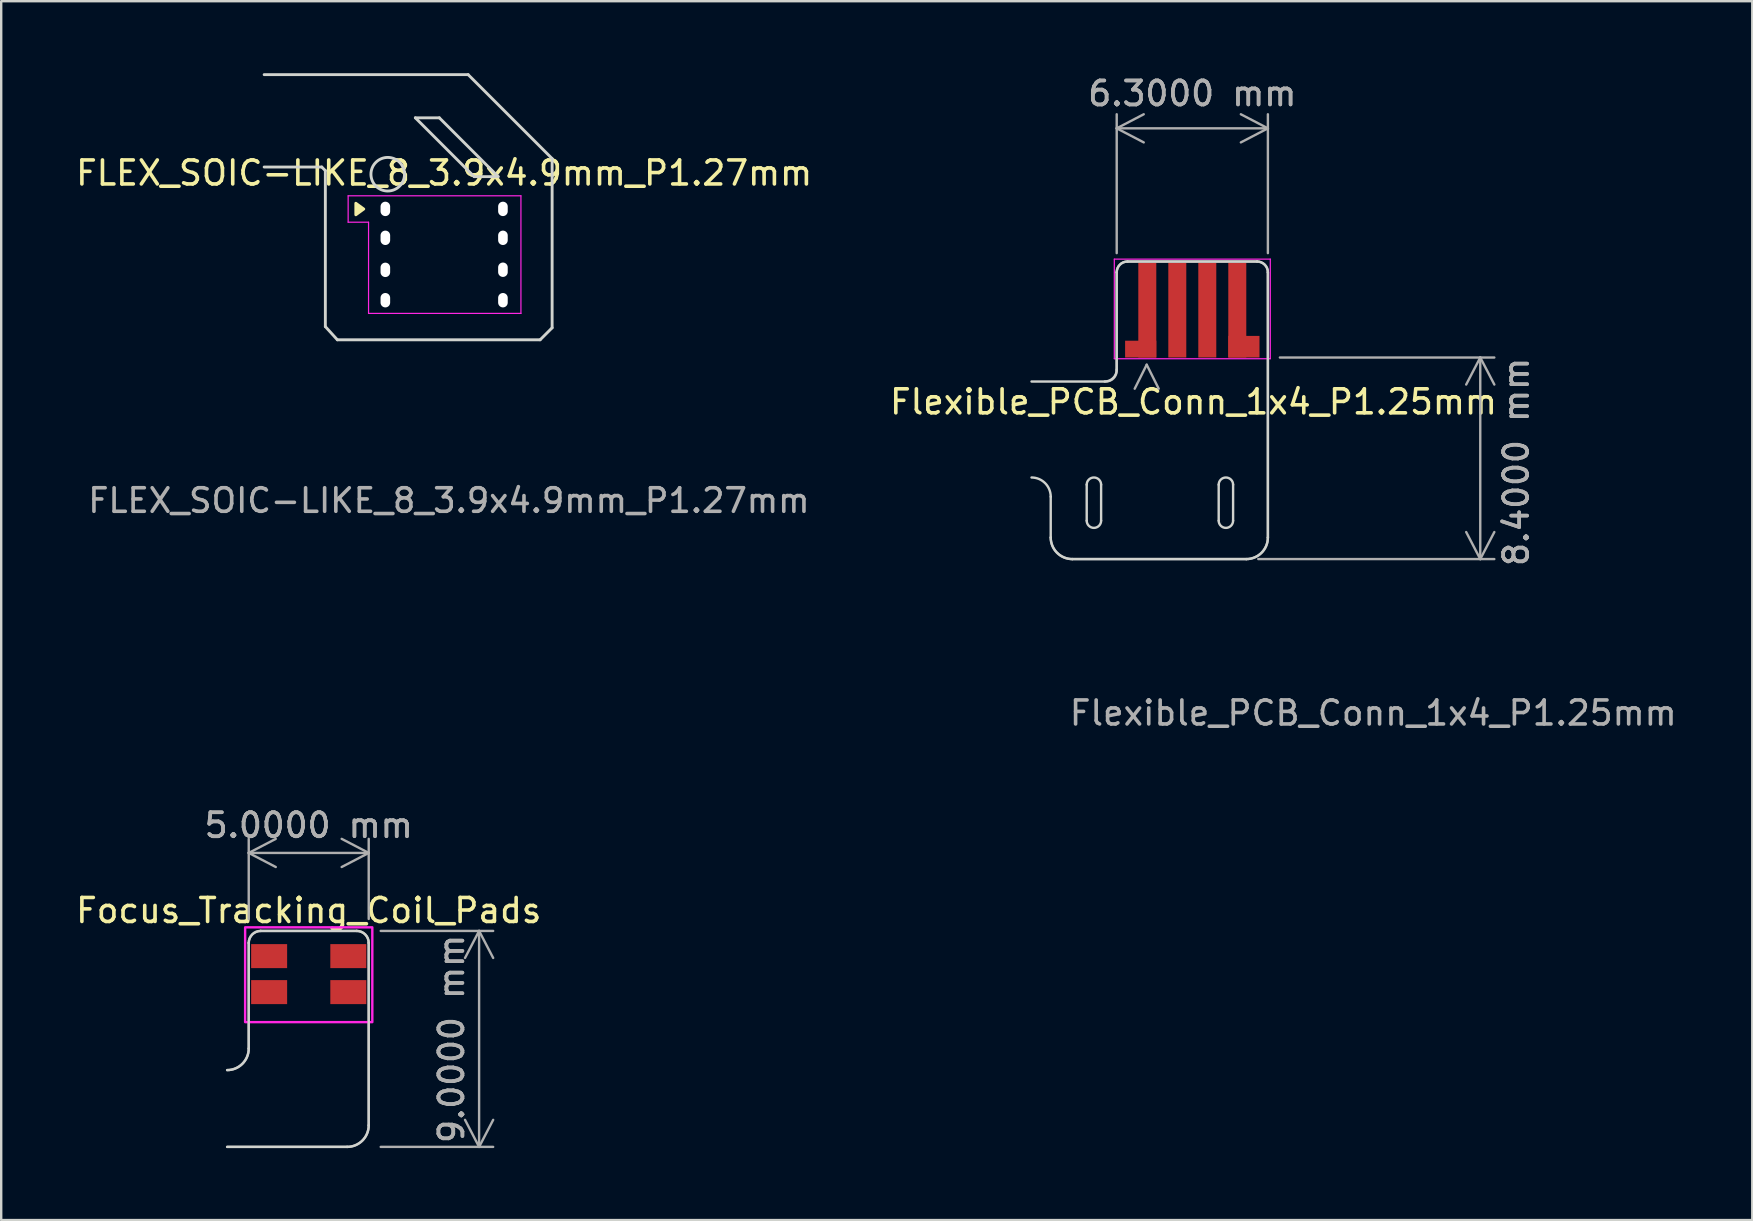
<source format=kicad_pcb>
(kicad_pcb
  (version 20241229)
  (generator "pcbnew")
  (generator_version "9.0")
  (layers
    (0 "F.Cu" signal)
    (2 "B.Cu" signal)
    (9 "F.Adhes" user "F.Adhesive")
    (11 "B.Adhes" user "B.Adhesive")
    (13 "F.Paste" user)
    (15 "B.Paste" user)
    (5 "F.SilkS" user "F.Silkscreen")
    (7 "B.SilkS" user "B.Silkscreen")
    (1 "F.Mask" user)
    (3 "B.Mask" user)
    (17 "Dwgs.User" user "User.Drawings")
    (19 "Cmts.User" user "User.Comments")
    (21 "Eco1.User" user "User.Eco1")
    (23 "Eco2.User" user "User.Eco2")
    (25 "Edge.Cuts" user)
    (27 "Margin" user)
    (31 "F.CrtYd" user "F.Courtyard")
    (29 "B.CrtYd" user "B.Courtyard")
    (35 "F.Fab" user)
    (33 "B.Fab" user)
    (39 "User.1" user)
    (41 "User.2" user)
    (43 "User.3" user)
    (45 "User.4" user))
  (footprint "FLEX_SOIC-LIKE_8_3.9x4.9mm_P1.27mm"
    (layer "F.Cu")
    (at 15.458 7.56)
    (property "Reference" "FLEX_SOIC-LIKE_8_3.9x4.9mm_P1.27mm" (at 0 -3.4 0) (layer "F.SilkS") (effects (font (size 1 1) (thickness 0.15))))
    (attr smd)
    (fp_poly (pts (xy -3.35 -1.9) (xy -3.68 -1.66) (xy -3.68 -2.14) (xy -3.35 -1.9)) (stroke (width 0.12) (type solid)) (fill yes) (layer "F.SilkS"))
    (fp_line (start -5.1 -3.65) (end -7.5 -3.65) (stroke (width 0.12) (type default)) (layer "Edge.Cuts"))
    (fp_line (start -4.95 -3.5) (end -5.1 -3.65) (stroke (width 0.12) (type default)) (layer "Edge.Cuts"))
    (fp_line (start -4.95 -3.5) (end -4.95 3) (stroke (width 0.12) (type default)) (layer "Edge.Cuts"))
    (fp_line (start -4.95 3) (end -4.45 3.55) (stroke (width 0.12) (type default)) (layer "Edge.Cuts"))
    (fp_line (start -4.45 3.55) (end 4 3.55) (stroke (width 0.12) (type default)) (layer "Edge.Cuts"))
    (fp_line (start -1.2 -5.7) (end -0.2 -5.7) (stroke (width 0.12) (type default)) (layer "Edge.Cuts"))
    (fp_line (start -0.2 -5.7) (end 2.25 -3.25) (stroke (width 0.12) (type default)) (layer "Edge.Cuts"))
    (fp_line (start 1 -7.5) (end -7.5 -7.5) (stroke (width 0.12) (type default)) (layer "Edge.Cuts"))
    (fp_line (start 1.25 -3.25) (end -1.2 -5.7) (stroke (width 0.12) (type default)) (layer "Edge.Cuts"))
    (fp_line (start 2.25 -3.25) (end 1.25 -3.25) (stroke (width 0.12) (type default)) (layer "Edge.Cuts"))
    (fp_line (start 4 3.55) (end 4.5 3.05) (stroke (width 0.12) (type default)) (layer "Edge.Cuts"))
    (fp_line (start 4.5 -4) (end 1 -7.5) (stroke (width 0.12) (type default)) (layer "Edge.Cuts"))
    (fp_line (start 4.5 3.05) (end 4.5 -4) (stroke (width 0.12) (type default)) (layer "Edge.Cuts"))
    (fp_circle (center -2.35 -3.35) (end -1.65 -3.35) (stroke (width 0.12) (type default)) (fill no) (layer "Edge.Cuts"))
    (fp_line (start -4 -1.35) (end -4 -2.45) (stroke (width 0.05) (type default)) (layer "F.CrtYd"))
    (fp_line (start -3.15 -1.35) (end -4 -1.35) (stroke (width 0.05) (type default)) (layer "F.CrtYd"))
    (fp_line (start -3.15 -1.35) (end -3.15 2.45) (stroke (width 0.05) (type solid)) (layer "F.CrtYd"))
    (fp_line (start -3.15 2.45) (end 3.2 2.45) (stroke (width 0.05) (type solid)) (layer "F.CrtYd"))
    (fp_line (start 3.2 -2.45) (end -4 -2.45) (stroke (width 0.05) (type solid)) (layer "F.CrtYd"))
    (fp_line (start 3.2 2.45) (end 3.2 -2.45) (stroke (width 0.05) (type solid)) (layer "F.CrtYd"))
    (fp_text user "${REFERENCE}" (at 0.2 10.25 0) (layer "F.Fab") (effects (font (size 0.98 0.98) (thickness 0.15))))
    (pad "1" thru_hole roundrect (at -2.45 -1.905) (size 2.2 1) (drill oval 0.4 0.6 (offset 0.45 0)) (layers "*.Cu" "*.Mask") (remove_unused_layers yes) (zone_layer_connections) (roundrect_rratio 0.25))
    (pad "2" thru_hole roundrect (at 2.45 -1.905 180) (size 2.2 1) (drill oval 0.4 0.6 (offset 0.4 0)) (layers "*.Cu" "*.Mask") (remove_unused_layers yes) (zone_layer_connections) (roundrect_rratio 0.25))
    (pad "3" thru_hole roundrect (at -2.45 -0.7) (size 2.2 1) (drill oval 0.4 0.6 (offset 0.45 0)) (layers "*.Cu" "*.Mask") (remove_unused_layers yes) (zone_layer_connections) (roundrect_rratio 0.25))
    (pad "4" thru_hole roundrect (at 2.45 -0.7 180) (size 2.2 1) (drill oval 0.4 0.6 (offset 0.4 0)) (layers "*.Cu" "*.Mask") (remove_unused_layers yes) (zone_layer_connections) (roundrect_rratio 0.25))
    (pad "5" thru_hole roundrect (at -2.45 0.635) (size 2.2 1) (drill oval 0.4 0.6 (offset 0.45 0)) (layers "*.Cu" "*.Mask") (remove_unused_layers yes) (zone_layer_connections) (roundrect_rratio 0.25))
    (pad "6" thru_hole roundrect (at 2.45 0.63 180) (size 2.2 1) (drill oval 0.4 0.6 (offset 0.4 0)) (layers "*.Cu" "*.Mask") (remove_unused_layers yes) (zone_layer_connections) (roundrect_rratio 0.25))
    (pad "7" thru_hole roundrect (at -2.45 1.9) (size 2.2 1) (drill oval 0.4 0.6 (offset 0.45 0)) (layers "*.Cu" "*.Mask") (remove_unused_layers yes) (zone_layer_connections) (roundrect_rratio 0.25))
    (pad "8" thru_hole roundrect (at 2.45 1.9 180) (size 2.2 1) (drill oval 0.4 0.6 (offset 0.4 0)) (layers "*.Cu" "*.Mask") (remove_unused_layers yes) (zone_layer_connections) (roundrect_rratio 0.25)))
  (footprint "Flexible_PCB_Conn_1x4_P1.25mm"
    (layer "F.Cu")
    (at 46.635 11.848)
    (property "Reference" "Flexible_PCB_Conn_1x4_P1.25mm" (at 0.05 1.85 180) (layer "F.SilkS") (effects (font (size 1 1) (thickness 0.15))))
    (attr smd)
    (fp_rect (start -3.2 -4.05) (end 3.15 0) (stroke (width 0.12) (type solid)) (fill yes) (layer "F.Mask"))
    (fp_line (start -6.7 1) (end -3.65 1) (stroke (width 0.1) (type default)) (layer "Edge.Cuts"))
    (fp_line (start -5.9 7.5) (end -5.9 5.8) (stroke (width 0.1) (type default)) (layer "Edge.Cuts"))
    (fp_line (start -4.4 5.3) (end -4.4 6.8) (stroke (width 0.1) (type default)) (layer "Edge.Cuts"))
    (fp_line (start -3.8 6.8) (end -3.8 5.3) (stroke (width 0.1) (type default)) (layer "Edge.Cuts"))
    (fp_line (start -3.15 0.5) (end -3.15 -3.55) (stroke (width 0.1) (type default)) (layer "Edge.Cuts"))
    (fp_line (start -2.7 -4) (end 2.7 -4) (stroke (width 0.1) (type default)) (layer "Edge.Cuts"))
    (fp_line (start 1.1 5.3) (end 1.1 6.8) (stroke (width 0.1) (type default)) (layer "Edge.Cuts"))
    (fp_line (start 1.7 6.8) (end 1.7 5.3) (stroke (width 0.1) (type default)) (layer "Edge.Cuts"))
    (fp_line (start 2.25 8.4) (end -5 8.4) (stroke (width 0.1) (type default)) (layer "Edge.Cuts"))
    (fp_line (start 3.15 -3.55) (end 3.15 7.5) (stroke (width 0.1) (type default)) (layer "Edge.Cuts"))
    (fp_arc (start -6.7 5) (mid -6.134315 5.234315) (end -5.9 5.8) (stroke (width 0.1) (type default)) (layer "Edge.Cuts"))
    (fp_arc (start -5 8.4) (mid -5.636396 8.136396) (end -5.9 7.5) (stroke (width 0.1) (type default)) (layer "Edge.Cuts"))
    (fp_arc (start -4.4 5.3) (mid -4.1 5) (end -3.8 5.3) (stroke (width 0.1) (type default)) (layer "Edge.Cuts"))
    (fp_arc (start -3.8 6.8) (mid -4.1 7.1) (end -4.4 6.8) (stroke (width 0.1) (type default)) (layer "Edge.Cuts"))
    (fp_arc (start -3.15 -3.55) (mid -3.018198 -3.868198) (end -2.7 -4) (stroke (width 0.1) (type default)) (layer "Edge.Cuts"))
    (fp_arc (start -3.149999 0.500001) (mid -3.296446 0.853554) (end -3.649999 1.000001) (stroke (width 0.1) (type default)) (layer "Edge.Cuts"))
    (fp_arc (start 1.1 5.3) (mid 1.4 5) (end 1.7 5.3) (stroke (width 0.1) (type default)) (layer "Edge.Cuts"))
    (fp_arc (start 1.7 6.8) (mid 1.4 7.1) (end 1.1 6.8) (stroke (width 0.1) (type default)) (layer "Edge.Cuts"))
    (fp_arc (start 2.7 -4) (mid 3.018198 -3.868198) (end 3.15 -3.55) (stroke (width 0.1) (type default)) (layer "Edge.Cuts"))
    (fp_arc (start 3.15 7.5) (mid 2.886396 8.136396) (end 2.25 8.4) (stroke (width 0.1) (type default)) (layer "Edge.Cuts"))
    (fp_line (start -3.25 -4.1) (end -3.25 0.05) (stroke (width 0.05) (type solid)) (layer "F.CrtYd"))
    (fp_line (start -3.25 0.05) (end 3.25 0.05) (stroke (width 0.05) (type solid)) (layer "F.CrtYd"))
    (fp_line (start 3.25 -4.1) (end -3.25 -4.1) (stroke (width 0.05) (type solid)) (layer "F.CrtYd"))
    (fp_line (start 3.25 0.05) (end 3.25 -4.1) (stroke (width 0.05) (type solid)) (layer "F.CrtYd"))
    (fp_line (start -3.15 0.55) (end -3.15 -3.55) (stroke (width 0.1) (type solid)) (layer "F.Fab"))
    (fp_line (start -2.7 -4) (end 2.7 -4) (stroke (width 0.1) (type solid)) (layer "F.Fab"))
    (fp_line (start -1.9 0.3) (end -2.4 1.3) (stroke (width 0.1) (type solid)) (layer "F.Fab"))
    (fp_line (start -1.4 1.3) (end -1.9 0.3) (stroke (width 0.1) (type solid)) (layer "F.Fab"))
    (fp_line (start 2.25 8.4) (end -5 8.4) (stroke (width 0.1) (type solid)) (layer "F.Fab"))
    (fp_line (start 3.15 7.5) (end 3.15 -3.55) (stroke (width 0.1) (type solid)) (layer "F.Fab"))
    (fp_arc (start -5 8.4) (mid -5.636396 8.136396) (end -5.9 7.5) (stroke (width 0.1) (type default)) (layer "F.Fab"))
    (fp_arc (start -3.15 -3.55) (mid -3.018198 -3.868198) (end -2.7 -4) (stroke (width 0.1) (type default)) (layer "F.Fab"))
    (fp_arc (start -3.15 0.55) (mid -3.281802 0.868198) (end -3.6 1) (stroke (width 0.1) (type default)) (layer "F.Fab"))
    (fp_arc (start 2.7 -4) (mid 3.018198 -3.868198) (end 3.15 -3.55) (stroke (width 0.1) (type default)) (layer "F.Fab"))
    (fp_arc (start 3.15 7.5) (mid 2.886396 8.136396) (end 2.25 8.4) (stroke (width 0.1) (type default)) (layer "F.Fab"))
    (fp_text user "${REFERENCE}" (at -5.2 15.4 0) (unlocked yes) (layer "F.Fab") (effects (font (size 1 1) (thickness 0.15)) (justify left bottom)))
    (dimension (type orthogonal) (layer "F.Fab") (pts (xy 43.485 7.998) (xy 49.785 7.998)) (height -5.7) (orientation 0) (format (prefix "") (suffix "") (units 3) (units_format 1) (precision 4)) (style (thickness 0.1) (arrow_length 1.27) (text_position_mode 2) (arrow_direction outward) (extension_height 0.586) (extension_offset 0.5) (keep_text_aligned yes)) (gr_text "6.3000 mm" (at 46.635 0.848 0) (layer "F.Fab") (effects (font (size 1 1) (thickness 0.15)))))
    (dimension (type orthogonal) (layer "F.Fab") (pts (xy 49.785 11.848) (xy 48.885 20.248)) (height 8.85) (orientation 1) (format (prefix "") (suffix "") (units 3) (units_format 1) (precision 4)) (style (thickness 0.1) (arrow_length 1.27) (text_position_mode 2) (arrow_direction outward) (extension_height 0.586) (extension_offset 0.5) (keep_text_aligned yes)) (gr_text "8.4000 mm" (at 60.135 16.198 90) (layer "F.Fab") (effects (font (size 1 1) (thickness 0.15)))))
    (pad "1" connect rect (at -2.15 -0.35) (size 1.3 0.7) (layers "F.Cu" "F.Mask"))
    (pad "1" connect rect (at -1.875 -1.975) (size 0.75 3.95) (layers "F.Cu" "F.Mask"))
    (pad "2" connect rect (at -0.625 -1.975) (size 0.75 3.95) (layers "F.Cu" "F.Mask"))
    (pad "3" connect rect (at 0.625 -1.975) (size 0.75 3.95) (layers "F.Cu" "F.Mask"))
    (pad "4" connect rect (at 1.875 -1.975) (size 0.75 3.95) (layers "F.Cu" "F.Mask"))
    (pad "4" connect rect (at 2.15 -0.45) (size 1.3 0.9) (layers "F.Cu" "F.Mask")))
  (footprint "Focus_Tracking_Coil_Pads"
    (layer "F.Cu")
    (at 9.815 37.543)
    (property "Reference" "Focus_Tracking_Coil_Pads" (at 0 -2.65 0) (unlocked yes) (layer "F.SilkS") (effects (font (size 1 1) (thickness 0.15))))
    (attr smd)
    (fp_line (start -2.5 3.1) (end -2.5 -1.3) (stroke (width 0.1) (type default)) (layer "Edge.Cuts"))
    (fp_line (start -2 -1.8) (end 2 -1.8) (stroke (width 0.1) (type default)) (layer "Edge.Cuts"))
    (fp_line (start 1.6 7.2) (end -3.4 7.2) (stroke (width 0.1) (type default)) (layer "Edge.Cuts"))
    (fp_line (start 2.5 -1.3) (end 2.5 6.3) (stroke (width 0.1) (type default)) (layer "Edge.Cuts"))
    (fp_arc (start -2.500001 -1.300001) (mid -2.353554 -1.653554) (end -2.000001 -1.800001) (stroke (width 0.1) (type default)) (layer "Edge.Cuts"))
    (fp_arc (start -2.5 3.1) (mid -2.763604 3.736396) (end -3.4 4) (stroke (width 0.1) (type default)) (layer "Edge.Cuts"))
    (fp_arc (start 2 -1.8) (mid 2.353551 -1.653551) (end 2.5 -1.3) (stroke (width 0.1) (type default)) (layer "Edge.Cuts"))
    (fp_arc (start 2.5 6.3) (mid 2.236395 6.936395) (end 1.6 7.2) (stroke (width 0.1) (type default)) (layer "Edge.Cuts"))
    (fp_rect (start -2.65 -1.95) (end 2.65 2) (stroke (width 0.1) (type default)) (fill no) (layer "F.CrtYd"))
    (fp_line (start -2.5 3.1) (end -2.5 -1.3) (stroke (width 0.1) (type default)) (layer "F.Fab"))
    (fp_line (start -2 -1.8) (end 2 -1.8) (stroke (width 0.1) (type default)) (layer "F.Fab"))
    (fp_line (start 1.6 7.2) (end -3.4 7.2) (stroke (width 0.1) (type default)) (layer "F.Fab"))
    (fp_line (start 2.5 -1.3) (end 2.5 6.3) (stroke (width 0.1) (type default)) (layer "F.Fab"))
    (fp_arc (start -2.500001 -1.300001) (mid -2.353554 -1.653554) (end -2.000001 -1.800001) (stroke (width 0.1) (type default)) (layer "F.Fab"))
    (fp_arc (start -2.5 3.1) (mid -2.763604 3.736396) (end -3.4 4) (stroke (width 0.1) (type default)) (layer "F.Fab"))
    (fp_arc (start 2 -1.8) (mid 2.353553 -1.653553) (end 2.5 -1.3) (stroke (width 0.1) (type default)) (layer "F.Fab"))
    (fp_arc (start 2.5 6.3) (mid 2.236396 6.936396) (end 1.6 7.2) (stroke (width 0.1) (type default)) (layer "F.Fab"))
    (dimension (type aligned) (layer "F.Fab") (pts (xy 12.315 35.743) (xy 12.315 44.743)) (height -4.6) (format (prefix "") (suffix "") (units 3) (units_format 1) (precision 4)) (style (thickness 0.1) (arrow_length 1.27) (text_position_mode 0) (arrow_direction outward) (extension_height 0.586) (extension_offset 0.5) (keep_text_aligned yes)) (gr_text "9.0000 mm" (at 15.765 40.243 90) (layer "F.Fab") (effects (font (size 1 1) (thickness 0.15)))))
    (dimension (type aligned) (layer "F.Fab") (pts (xy 7.315 35.743) (xy 12.315 35.743)) (height -3.25) (format (prefix "") (suffix "") (units 3) (units_format 1) (precision 4)) (style (thickness 0.1) (arrow_length 1.27) (text_position_mode 0) (arrow_direction outward) (extension_height 0.586) (extension_offset 0.5) (keep_text_aligned yes)) (gr_text "5.0000 mm" (at 9.815 31.343 0) (layer "F.Fab") (effects (font (size 1 1) (thickness 0.15)))))
    (pad "1" smd rect (at 1.65 0.75) (size 1.5 1) (layers "F.Cu" "F.Mask" "F.Paste"))
    (pad "2" smd rect (at 1.65 -0.75) (size 1.5 1) (layers "F.Cu" "F.Mask" "F.Paste"))
    (pad "3" smd rect (at -1.65 -0.75) (size 1.5 1) (layers "F.Cu" "F.Mask" "F.Paste"))
    (pad "4" smd rect (at -1.65 0.75) (size 1.5 1) (layers "F.Cu" "F.Mask" "F.Paste")))
  (gr_rect
    (start -3 -3)
    (end 69.97 47.793)
    (stroke (width 0.1) (type default))
    (fill no)
    (layer "Edge.Cuts")))
</source>
